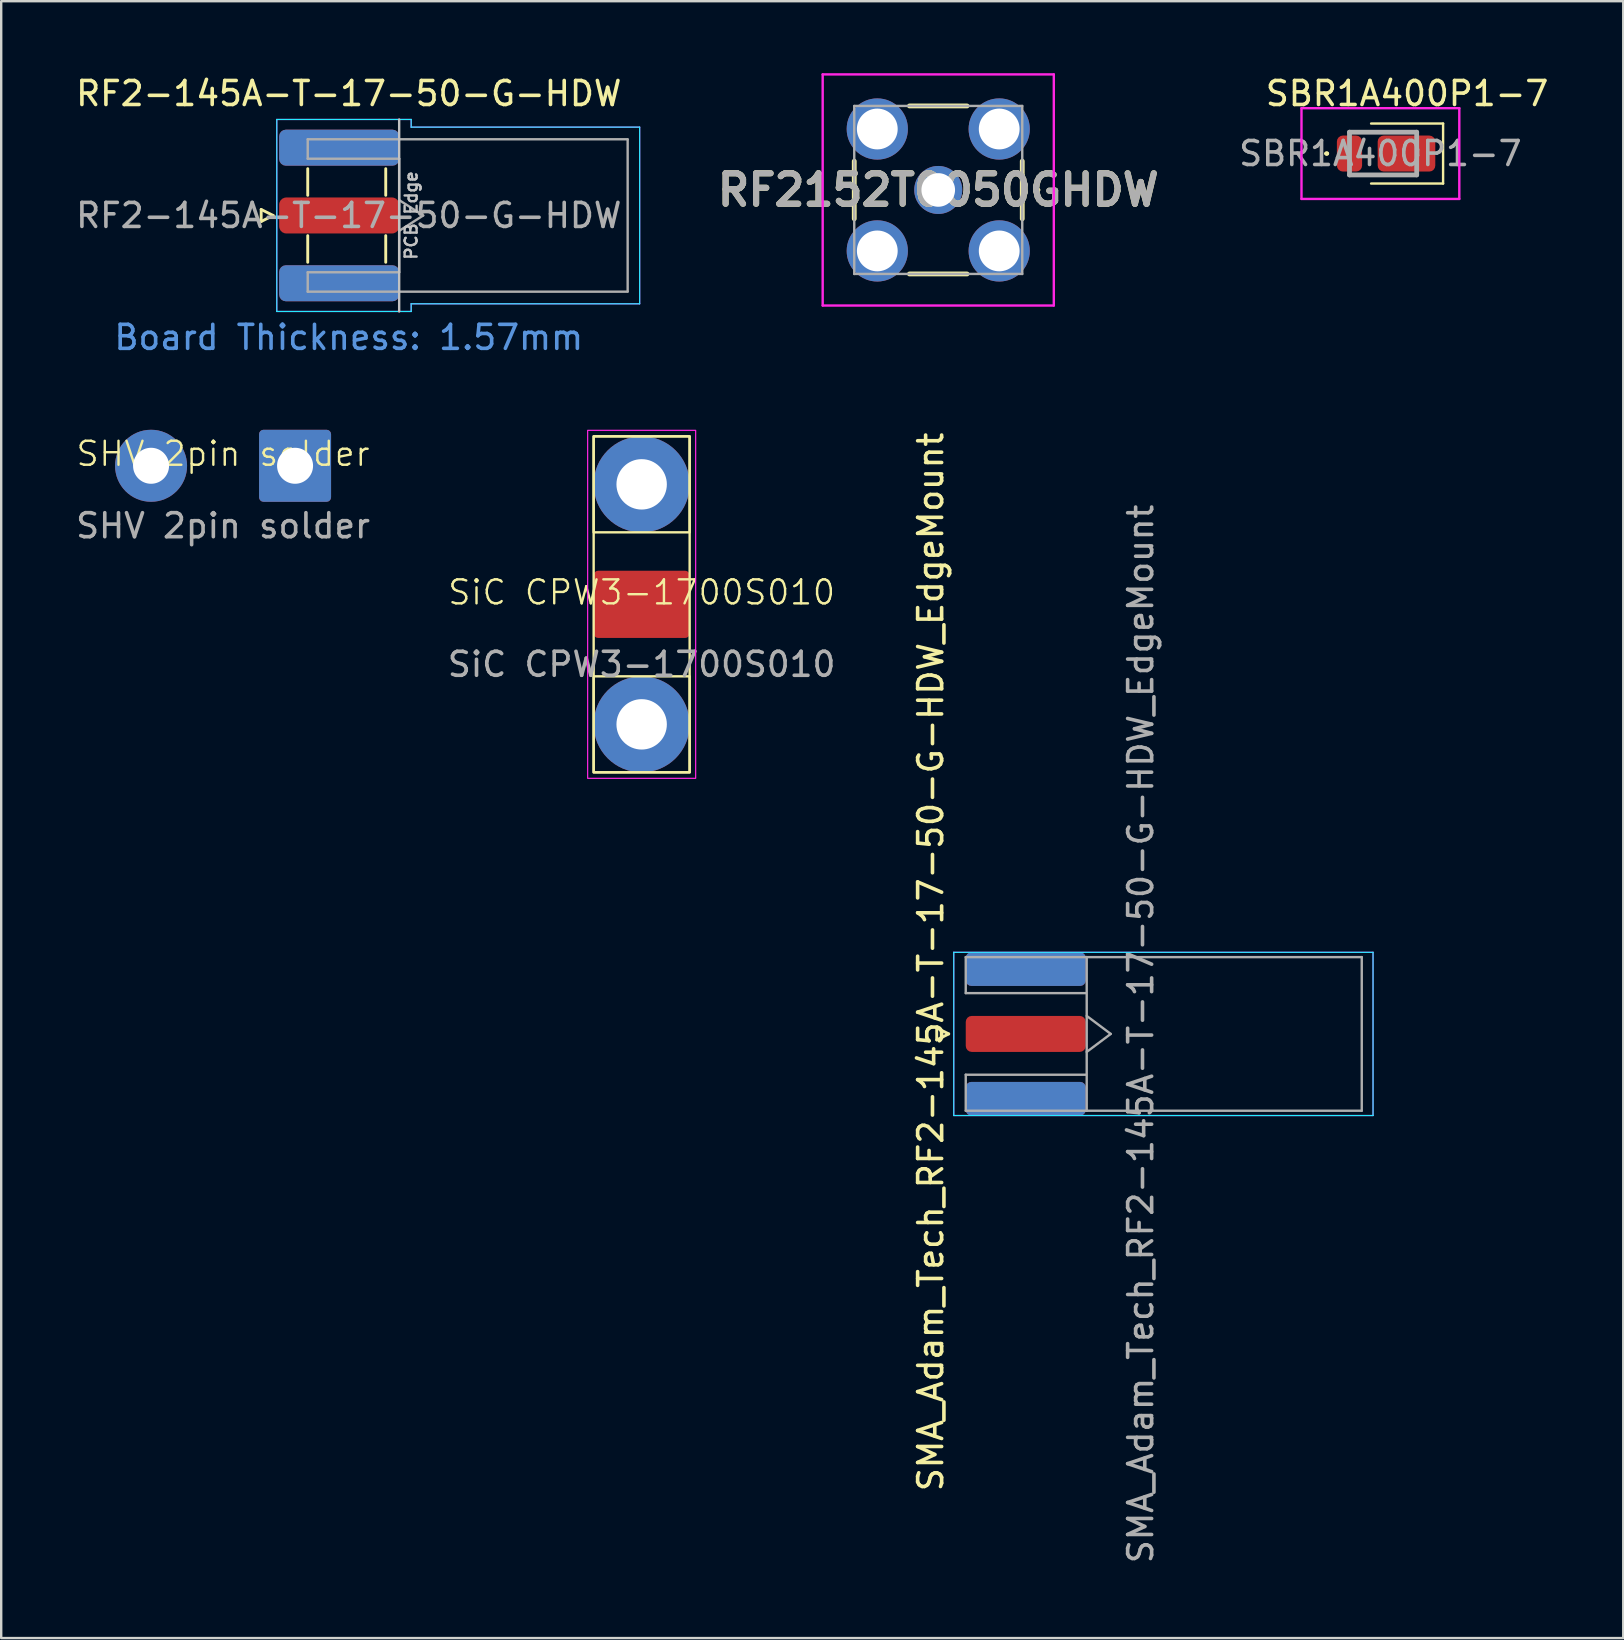
<source format=kicad_pcb>
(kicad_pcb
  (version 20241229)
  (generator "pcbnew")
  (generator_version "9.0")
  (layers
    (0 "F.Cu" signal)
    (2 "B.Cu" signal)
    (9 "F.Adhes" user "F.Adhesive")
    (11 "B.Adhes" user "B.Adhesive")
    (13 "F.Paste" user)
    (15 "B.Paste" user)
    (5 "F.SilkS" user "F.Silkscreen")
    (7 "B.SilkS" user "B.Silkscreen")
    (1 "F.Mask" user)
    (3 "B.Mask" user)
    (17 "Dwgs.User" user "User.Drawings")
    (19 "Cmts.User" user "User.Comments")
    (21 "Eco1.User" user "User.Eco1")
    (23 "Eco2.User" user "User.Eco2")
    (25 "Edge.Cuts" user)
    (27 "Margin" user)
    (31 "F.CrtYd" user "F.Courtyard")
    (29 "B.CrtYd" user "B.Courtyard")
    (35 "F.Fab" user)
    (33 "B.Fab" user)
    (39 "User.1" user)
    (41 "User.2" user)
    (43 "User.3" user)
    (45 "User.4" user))
  (footprint "SiC CPW3-1700S010"
    (layer "F.Cu")
    (at 23.685 22.131)
    (property "Reference" "SiC CPW3-1700S010" (at 0 -0.5 0) (unlocked yes) (layer "F.SilkS") (effects (font (size 1 1) (thickness 0.1))))
    (attr through_hole)
    (fp_rect (start -2 -7) (end 2 -3) (stroke (width 0.1) (type default)) (fill no) (layer "F.SilkS"))
    (fp_rect (start -2 -7) (end 2 7) (stroke (width 0.1) (type default)) (fill no) (layer "F.SilkS"))
    (fp_rect (start -2 3) (end 2 7) (stroke (width 0.1) (type default)) (fill no) (layer "F.SilkS"))
    (fp_rect (start -2.25 -7.25) (end 2.25 7.25) (stroke (width 0.05) (type default)) (fill no) (layer "F.CrtYd"))
    (fp_text user "${REFERENCE}" (at 0 2.5 0) (unlocked yes) (layer "F.Fab") (effects (font (size 1 1) (thickness 0.15))))
    (pad "1" smd roundrect (at 0 0) (size 4 2.8) (layers "F.Cu" "F.Mask" "F.Paste") (roundrect_rratio 0.066))
    (pad "2" thru_hole circle (at 0 -5) (size 4 4) (drill 2.1) (layers "*.Cu" "*.Mask"))
    (pad "2" thru_hole circle (at 0 5) (size 4 4) (drill 2.1) (layers "*.Cu" "*.Mask")))
  (footprint "RF2-145A-T-17-50-G-HDW"
    (layer "F.Cu")
    (at 11.482 5.928)
    (property "Reference" "RF2-145A-T-17-50-G-HDW" (at 0 -5.08 180) (layer "F.SilkS") (effects (font (size 1 1) (thickness 0.15))))
    (attr smd)
    (fp_line (start -3.65 -0.25) (end -3.65 0.25) (stroke (width 0.12) (type solid)) (layer "F.SilkS"))
    (fp_line (start -3.65 0.25) (end -3.15 0) (stroke (width 0.12) (type solid)) (layer "F.SilkS"))
    (fp_line (start -3.15 0) (end -3.65 -0.25) (stroke (width 0.12) (type solid)) (layer "F.SilkS"))
    (fp_line (start -1.71 -0.84) (end -1.71 -1.95) (stroke (width 0.12) (type solid)) (layer "F.SilkS"))
    (fp_line (start -1.71 1.95) (end -1.71 0.84) (stroke (width 0.12) (type solid)) (layer "F.SilkS"))
    (fp_line (start 1.54 -0.84) (end 1.54 -1.95) (stroke (width 0.12) (type solid)) (layer "F.SilkS"))
    (fp_line (start 1.54 1.95) (end 1.54 0.84) (stroke (width 0.12) (type solid)) (layer "F.SilkS"))
    (fp_line (start 2.1 -4) (end 2.1 4) (stroke (width 0.1) (type solid)) (layer "Dwgs.User"))
    (fp_line (start -3 4) (end -3 -4) (stroke (width 0.05) (type solid)) (layer "B.CrtYd"))
    (fp_line (start 2.6 -4) (end -3 -4) (stroke (width 0.05) (type solid)) (layer "B.CrtYd"))
    (fp_line (start 2.6 -4) (end 2.6 -3.68) (stroke (width 0.05) (type solid)) (layer "B.CrtYd"))
    (fp_line (start 2.6 -3.68) (end 12.12 -3.68) (stroke (width 0.05) (type solid)) (layer "B.CrtYd"))
    (fp_line (start 2.6 3.68) (end 2.6 4) (stroke (width 0.05) (type solid)) (layer "B.CrtYd"))
    (fp_line (start 2.6 4) (end -3 4) (stroke (width 0.05) (type solid)) (layer "B.CrtYd"))
    (fp_line (start 12.12 -3.68) (end 12.12 3.68) (stroke (width 0.05) (type solid)) (layer "B.CrtYd"))
    (fp_line (start 12.12 3.68) (end 2.6 3.68) (stroke (width 0.05) (type solid)) (layer "B.CrtYd"))
    (fp_line (start -3 4) (end -3 -4) (stroke (width 0.05) (type solid)) (layer "F.CrtYd"))
    (fp_line (start 2.6 -4) (end -3 -4) (stroke (width 0.05) (type solid)) (layer "F.CrtYd"))
    (fp_line (start 2.6 -3.68) (end 2.6 -4) (stroke (width 0.05) (type solid)) (layer "F.CrtYd"))
    (fp_line (start 2.6 -3.68) (end 12.12 -3.68) (stroke (width 0.05) (type solid)) (layer "F.CrtYd"))
    (fp_line (start 2.6 3.68) (end 2.6 4) (stroke (width 0.05) (type solid)) (layer "F.CrtYd"))
    (fp_line (start 2.6 4) (end -3 4) (stroke (width 0.05) (type solid)) (layer "F.CrtYd"))
    (fp_line (start 12.12 -3.68) (end 12.12 3.68) (stroke (width 0.05) (type solid)) (layer "F.CrtYd"))
    (fp_line (start 12.12 3.68) (end 2.6 3.68) (stroke (width 0.05) (type solid)) (layer "F.CrtYd"))
    (fp_line (start -1.71 -3.175) (end -1.71 -2.365) (stroke (width 0.1) (type solid)) (layer "F.Fab"))
    (fp_line (start -1.71 -3.175) (end 11.62 -3.175) (stroke (width 0.1) (type solid)) (layer "F.Fab"))
    (fp_line (start -1.71 -2.365) (end 2.1 -2.365) (stroke (width 0.1) (type solid)) (layer "F.Fab"))
    (fp_line (start -1.71 2.365) (end -1.71 3.175) (stroke (width 0.1) (type solid)) (layer "F.Fab"))
    (fp_line (start -1.71 3.175) (end 11.62 3.175) (stroke (width 0.1) (type solid)) (layer "F.Fab"))
    (fp_line (start 2.1 -2.365) (end 2.1 2.365) (stroke (width 0.1) (type solid)) (layer "F.Fab"))
    (fp_line (start 2.1 -0.64) (end 3.1 0) (stroke (width 0.1) (type solid)) (layer "F.Fab"))
    (fp_line (start 2.1 2.365) (end -1.71 2.365) (stroke (width 0.1) (type solid)) (layer "F.Fab"))
    (fp_line (start 3.1 0) (end 2.1 0.64) (stroke (width 0.1) (type solid)) (layer "F.Fab"))
    (fp_line (start 11.62 -3.165) (end 11.62 3.165) (stroke (width 0.1) (type solid)) (layer "F.Fab"))
    (fp_text user "PCB Edge" (at 2.6 0 90) (layer "Dwgs.User") (effects (font (size 0.5 0.5) (thickness 0.1))))
    (fp_text user "Board Thickness: 1.57mm" (at 0 5.08 0) (layer "Cmts.User") (effects (font (size 1 1) (thickness 0.15))))
    (fp_text user "${REFERENCE}" (at 0 0 0) (layer "F.Fab") (effects (font (size 1 1) (thickness 0.15))))
    (pad "1" smd roundrect (at -0.4 0 90) (size 1.5 5) (layers "F.Cu" "F.Mask") (roundrect_rratio 0.197))
    (pad "2" smd roundrect (at -0.4 -2.825 90) (size 1.5 5) (layers "F.Cu" "F.Mask") (roundrect_rratio 0.185))
    (pad "2" smd roundrect (at -0.4 -2.825 90) (size 1.5 5) (layers "B.Cu" "B.Mask") (roundrect_rratio 0.185))
    (pad "2" smd roundrect (at -0.4 2.825 90) (size 1.5 5) (layers "F.Cu" "F.Mask") (roundrect_rratio 0.185))
    (pad "2" smd roundrect (at -0.4 2.825 90) (size 1.5 5) (layers "B.Cu" "B.Mask") (roundrect_rratio 0.185)))
  (footprint "RF2152T0050GHDW"
    (layer "F.Cu")
    (at 36.043 4.865)
    (property "Reference" "RF2152T0050GHDW" (at 0 0 0) (layer "F.SilkS") (effects (font (size 1.27 1.27) (thickness 0.254))))
    (attr through_hole)
    (fp_line (start -3.5 -1.2) (end -3.5 1.2) (stroke (width 0.2) (type solid)) (layer "F.SilkS"))
    (fp_line (start -1.2 -3.5) (end 1.2 -3.5) (stroke (width 0.2) (type solid)) (layer "F.SilkS"))
    (fp_line (start -1.2 3.5) (end 1.2 3.5) (stroke (width 0.2) (type solid)) (layer "F.SilkS"))
    (fp_line (start 3.5 -1.2) (end 3.5 1.2) (stroke (width 0.2) (type solid)) (layer "F.SilkS"))
    (fp_line (start 4.1 0) (end 4.1 0) (stroke (width 0.1) (type solid)) (layer "F.SilkS"))
    (fp_line (start 4.2 0) (end 4.2 0) (stroke (width 0.1) (type solid)) (layer "F.SilkS"))
    (fp_arc (start 4.1 0) (mid 4.15 -0.05) (end 4.2 0) (stroke (width 0.1) (type solid)) (layer "F.SilkS"))
    (fp_arc (start 4.2 0) (mid 4.15 0.05) (end 4.1 0) (stroke (width 0.1) (type solid)) (layer "F.SilkS"))
    (fp_line (start -4.815 -4.815) (end 4.815 -4.815) (stroke (width 0.1) (type solid)) (layer "F.CrtYd"))
    (fp_line (start -4.815 4.815) (end -4.815 -4.815) (stroke (width 0.1) (type solid)) (layer "F.CrtYd"))
    (fp_line (start 4.815 -4.815) (end 4.815 4.815) (stroke (width 0.1) (type solid)) (layer "F.CrtYd"))
    (fp_line (start 4.815 4.815) (end -4.815 4.815) (stroke (width 0.1) (type solid)) (layer "F.CrtYd"))
    (fp_line (start -3.5 -3.5) (end 3.5 -3.5) (stroke (width 0.1) (type solid)) (layer "F.Fab"))
    (fp_line (start -3.5 3.5) (end -3.5 -3.5) (stroke (width 0.1) (type solid)) (layer "F.Fab"))
    (fp_line (start 3.5 -3.5) (end 3.5 3.5) (stroke (width 0.1) (type solid)) (layer "F.Fab"))
    (fp_line (start 3.5 3.5) (end -3.5 3.5) (stroke (width 0.1) (type solid)) (layer "F.Fab"))
    (fp_text user "${REFERENCE}" (at 0 0 0) (layer "F.Fab") (effects (font (size 1.27 1.27) (thickness 0.254))))
    (pad "1" thru_hole circle (at 0 0) (size 2 2) (drill 1.4) (layers "*.Cu" "*.Mask"))
    (pad "2" thru_hole circle (at -2.54 2.54) (size 2.55 2.55) (drill 1.7) (layers "*.Cu" "*.Mask"))
    (pad "3" thru_hole circle (at 2.54 2.54) (size 2.55 2.55) (drill 1.7) (layers "*.Cu" "*.Mask"))
    (pad "4" thru_hole circle (at 2.54 -2.54) (size 2.55 2.55) (drill 1.7) (layers "*.Cu" "*.Mask"))
    (pad "5" thru_hole circle (at -2.54 -2.54) (size 2.55 2.55) (drill 1.7) (layers "*.Cu" "*.Mask")))
  (footprint "SBR1A400P1-7"
    (layer "F.Cu")
    (at 54.578 3.348)
    (property "Reference" "SBR1A400P1-7" (at 1 -2.5 0) (layer "F.SilkS") (effects (font (size 1 1) (thickness 0.15))))
    (attr smd)
    (fp_line (start -2.4 0) (end -2.4 0) (stroke (width 0.1) (type solid)) (layer "F.SilkS"))
    (fp_line (start -2.3 0) (end -2.3 0) (stroke (width 0.1) (type solid)) (layer "F.SilkS"))
    (fp_line (start -0.5 -1.25) (end 2.5 -1.25) (stroke (width 0.1) (type default)) (layer "F.SilkS"))
    (fp_line (start 2.5 -1.25) (end 2.5 1.25) (stroke (width 0.1) (type default)) (layer "F.SilkS"))
    (fp_line (start 2.5 1.25) (end -0.5 1.25) (stroke (width 0.1) (type default)) (layer "F.SilkS"))
    (fp_arc (start -2.4 0) (mid -2.35 -0.05) (end -2.3 0) (stroke (width 0.1) (type solid)) (layer "F.SilkS"))
    (fp_arc (start -2.3 0) (mid -2.35 0.05) (end -2.4 0) (stroke (width 0.1) (type solid)) (layer "F.SilkS"))
    (fp_line (start -3.4 -1.89) (end 3.175 -1.89) (stroke (width 0.1) (type solid)) (layer "F.CrtYd"))
    (fp_line (start -3.4 1.89) (end -3.4 -1.89) (stroke (width 0.1) (type solid)) (layer "F.CrtYd"))
    (fp_line (start 3.175 -1.89) (end 3.175 1.89) (stroke (width 0.1) (type solid)) (layer "F.CrtYd"))
    (fp_line (start 3.175 1.89) (end -3.4 1.89) (stroke (width 0.1) (type solid)) (layer "F.CrtYd"))
    (fp_line (start -1.4 -0.89) (end 1.4 -0.89) (stroke (width 0.2) (type solid)) (layer "F.Fab"))
    (fp_line (start -1.4 0.89) (end -1.4 -0.89) (stroke (width 0.2) (type solid)) (layer "F.Fab"))
    (fp_line (start 1.4 -0.89) (end 1.4 0.89) (stroke (width 0.2) (type solid)) (layer "F.Fab"))
    (fp_line (start 1.4 0.89) (end -1.4 0.89) (stroke (width 0.2) (type solid)) (layer "F.Fab"))
    (fp_text user "${REFERENCE}" (at -0.113 0 0) (layer "F.Fab") (effects (font (size 1 1) (thickness 0.15))))
    (pad "1" smd roundrect (at 0.975 0 90) (size 1.5 2.4) (layers "F.Cu" "F.Mask" "F.Paste") (roundrect_rratio 0.167))
    (pad "2" smd roundrect (at -1.4 0) (size 1.05 1.5) (layers "F.Cu" "F.Mask" "F.Paste") (roundrect_rratio 0.238)))
  (footprint "SMA_Adam_Tech_RF2-145A-T-17-50-G-HDW_EdgeMount"
    (layer "F.Cu")
    (at 39.689 40.029)
    (property "Reference" "SMA_Adam_Tech_RF2-145A-T-17-50-G-HDW_EdgeMount" (at -3.96 -3 90) (layer "F.SilkS") (effects (font (size 1 1) (thickness 0.15))))
    (attr smd)
    (fp_line (start -3.71 -0.25) (end -3.71 0.25) (stroke (width 0.12) (type solid)) (layer "F.SilkS"))
    (fp_line (start -3.71 0.25) (end -3.21 0) (stroke (width 0.12) (type solid)) (layer "F.SilkS"))
    (fp_line (start -3.21 0) (end -3.71 -0.25) (stroke (width 0.12) (type solid)) (layer "F.SilkS"))
    (fp_line (start -3 3.4) (end -3 -3.4) (stroke (width 0.05) (type solid)) (layer "B.CrtYd"))
    (fp_line (start 14.47 -3.4) (end -3 -3.4) (stroke (width 0.05) (type solid)) (layer "B.CrtYd"))
    (fp_line (start 14.47 -3.4) (end 14.47 3.4) (stroke (width 0.05) (type solid)) (layer "B.CrtYd"))
    (fp_line (start 14.47 3.4) (end -3 3.4) (stroke (width 0.05) (type solid)) (layer "B.CrtYd"))
    (fp_line (start -3 3.4) (end -3 -3.4) (stroke (width 0.05) (type solid)) (layer "F.CrtYd"))
    (fp_line (start 14.47 -3.4) (end -3 -3.4) (stroke (width 0.05) (type solid)) (layer "F.CrtYd"))
    (fp_line (start 14.47 -3.4) (end 14.47 3.4) (stroke (width 0.05) (type solid)) (layer "F.CrtYd"))
    (fp_line (start 14.47 3.4) (end -3 3.4) (stroke (width 0.05) (type solid)) (layer "F.CrtYd"))
    (fp_line (start -2.5 -3.2) (end 2.54 -3.2) (stroke (width 0.1) (type solid)) (layer "F.Fab"))
    (fp_line (start -2.5 -1.7) (end -2.5 -3.2) (stroke (width 0.1) (type default)) (layer "F.Fab"))
    (fp_line (start -2.5 1.7) (end -2.5 3.2) (stroke (width 0.1) (type default)) (layer "F.Fab"))
    (fp_line (start 2.5 -1.7) (end -2.5 -1.7) (stroke (width 0.1) (type default)) (layer "F.Fab"))
    (fp_line (start 2.5 1.7) (end -2.5 1.7) (stroke (width 0.1) (type default)) (layer "F.Fab"))
    (fp_line (start 2.54 -3.2) (end 2.54 3.2) (stroke (width 0.1) (type solid)) (layer "F.Fab"))
    (fp_line (start 2.54 -3.2) (end 14 -3.2) (stroke (width 0.1) (type solid)) (layer "F.Fab"))
    (fp_line (start 2.54 -0.75) (end 3.54 0) (stroke (width 0.1) (type solid)) (layer "F.Fab"))
    (fp_line (start 2.54 3.2) (end -2.5 3.2) (stroke (width 0.1) (type solid)) (layer "F.Fab"))
    (fp_line (start 3.54 0) (end 2.54 0.75) (stroke (width 0.1) (type solid)) (layer "F.Fab"))
    (fp_line (start 14 -3.2) (end 14 3.2) (stroke (width 0.1) (type solid)) (layer "F.Fab"))
    (fp_line (start 14 3.2) (end 2.54 3.2) (stroke (width 0.1) (type solid)) (layer "F.Fab"))
    (fp_text user "${REFERENCE}" (at 4.79 0 270) (layer "F.Fab") (effects (font (size 1 1) (thickness 0.15))))
    (pad "1" smd roundrect (at 0 0 90) (size 1.5 5) (layers "F.Cu" "F.Mask" "F.Paste") (roundrect_rratio 0.167))
    (pad "2" smd roundrect (at 0 -2.7 90) (size 1.4 5) (layers "F.Cu" "F.Mask" "F.Paste") (roundrect_rratio 0.167))
    (pad "2" smd roundrect (at 0 -2.7 90) (size 1.4 5) (layers "B.Cu" "B.Mask" "B.Paste") (roundrect_rratio 0.167))
    (pad "2" smd roundrect (at 0 2.7 90) (size 1.4 5) (layers "F.Cu" "F.Mask" "F.Paste") (roundrect_rratio 0.167))
    (pad "2" smd roundrect (at 0 2.7 90) (size 1.4 5) (layers "B.Cu" "B.Mask" "B.Paste") (roundrect_rratio 0.167)))
  (footprint "SHV 2pin solder"
    (layer "F.Cu")
    (at 6.244 16.357)
    (property "Reference" "SHV 2pin solder" (at 0 -0.5 0) (unlocked yes) (layer "F.SilkS") (effects (font (size 1 1) (thickness 0.1))))
    (attr through_hole)
    (fp_text user "${REFERENCE}" (at 0 2.5 0) (unlocked yes) (layer "F.Fab") (effects (font (size 1 1) (thickness 0.15))))
    (pad "1" thru_hole circle (at -3 0) (size 3 3) (drill 1.5) (layers "*.Cu" "*.Mask"))
    (pad "2" thru_hole roundrect (at 3 0) (size 3 3) (drill 1.5) (layers "*.Cu" "*.Mask") (roundrect_rratio 0.062)))
  (gr_rect
    (start -3 -3)
    (end 64.584 65.202)
    (stroke (width 0.1) (type default))
    (fill no)
    (layer "Edge.Cuts")))
</source>
